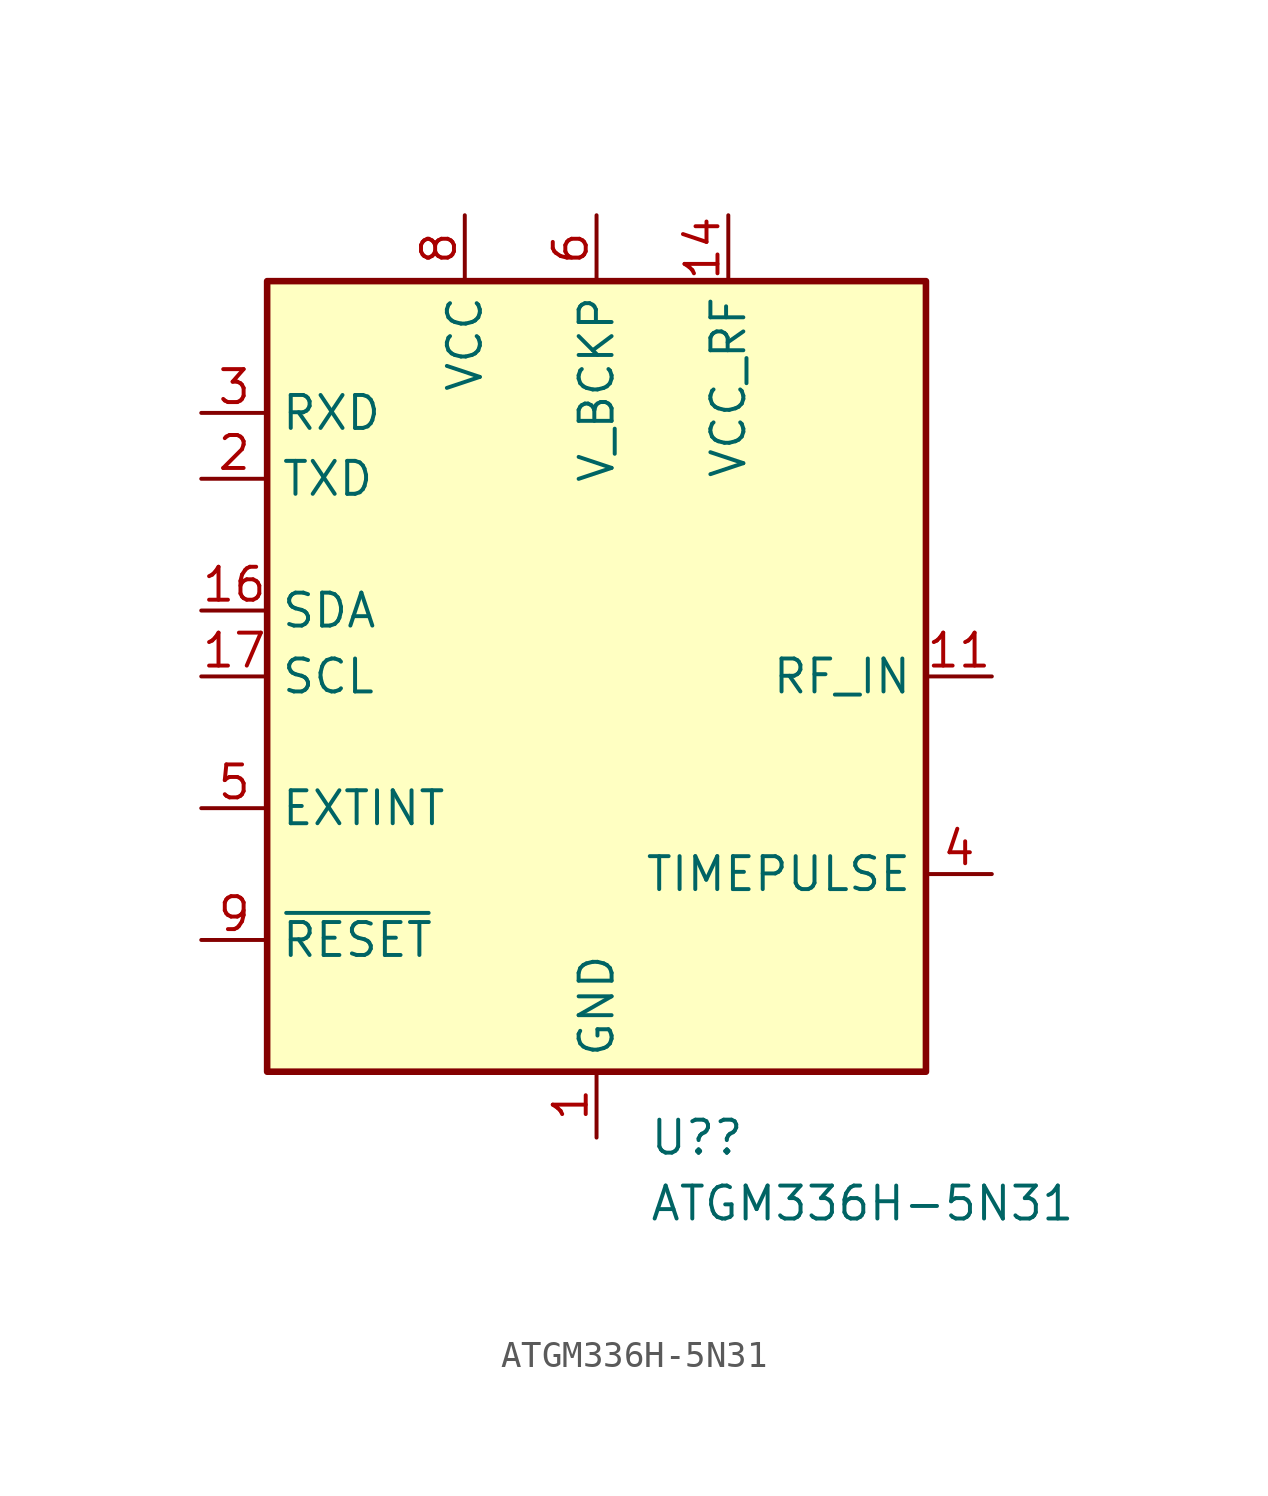
<source format=kicad_sym>
(kicad_symbol_lib
  (version 20211014)
  (generator kicad_symbol_editor)
  (symbol "ATGM336H-5N31"
    (property "Reference" "U?"
      (at 2.019 -17.78 0)
      (effects (font (size 1.27 1.27)) (justify left)))
    (property "Value" "ATGM336H-5N31"
      (at 2.019 -20.32 0)
      (effects (font (size 1.27 1.27)) (justify left)))
    (symbol "ATGM336H-5N31_0_1"
      (rectangle (start 12.7 15.24) (end -12.7 -15.24) (stroke (width 0.254) (type default) (color 0 0 0 0)) (fill (type background))))
    (symbol "ATGM336H-5N31_1_1"
      (pin power_in line (at 0 -17.78 90) (length 2.54) (name "GND" (effects (font (size 1.27 1.27)))) (number "1" (effects (font (size 1.27 1.27)))))
      (pin passive line (at 0 -17.78 90) (length 2.54) hide (name "GND" (effects (font (size 1.27 1.27)))) (number "10" (effects (font (size 1.27 1.27)))))
      (pin input line (at 15.24 0 180) (length 2.54) (name "RF_IN" (effects (font (size 1.27 1.27)))) (number "11" (effects (font (size 1.27 1.27)))))
      (pin passive line (at 0 -17.78 90) (length 2.54) hide (name "GND" (effects (font (size 1.27 1.27)))) (number "12" (effects (font (size 1.27 1.27)))))
      (pin output line (at 15.24 5.08 180) (length 2.54) hide (name "NC" (effects (font (size 1.27 1.27)))) (number "13" (effects (font (size 1.27 1.27)))))
      (pin power_out line (at 5.08 17.78 270) (length 2.54) (name "VCC_RF" (effects (font (size 1.27 1.27)))) (number "14" (effects (font (size 1.27 1.27)))))
      (pin no_connect line (at 12.7 -5.08 180) (length 2.54) hide (name "Reserved" (effects (font (size 1.27 1.27)))) (number "15" (effects (font (size 1.27 1.27)))))
      (pin bidirectional line (at -15.24 2.54 0) (length 2.54) (name "SDA" (effects (font (size 1.27 1.27)))) (number "16" (effects (font (size 1.27 1.27)))))
      (pin input line (at -15.24 0 0) (length 2.54) (name "SCL" (effects (font (size 1.27 1.27)))) (number "17" (effects (font (size 1.27 1.27)))))
      (pin no_connect line (at -15.24 -7.62 0) (length 2.54) hide (name "Reserved" (effects (font (size 1.27 1.27)))) (number "18" (effects (font (size 1.27 1.27)))))
      (pin output line (at -15.24 7.62 0) (length 2.54) (name "TXD" (effects (font (size 1.27 1.27)))) (number "2" (effects (font (size 1.27 1.27)))))
      (pin input line (at -15.24 10.16 0) (length 2.54) (name "RXD" (effects (font (size 1.27 1.27)))) (number "3" (effects (font (size 1.27 1.27)))))
      (pin output line (at 15.24 -7.62 180) (length 2.54) (name "TIMEPULSE" (effects (font (size 1.27 1.27)))) (number "4" (effects (font (size 1.27 1.27)))))
      (pin input line (at -15.24 -5.08 0) (length 2.54) (name "EXTINT" (effects (font (size 1.27 1.27)))) (number "5" (effects (font (size 1.27 1.27)))))
      (pin power_in line (at 0 17.78 270) (length 2.54) (name "V_BCKP" (effects (font (size 1.27 1.27)))) (number "6" (effects (font (size 1.27 1.27)))))
      (pin no_connect line (at -2.54 17.78 270) (length 2.54) hide (name "NC" (effects (font (size 1.27 1.27)))) (number "7" (effects (font (size 1.27 1.27)))))
      (pin power_in line (at -5.08 17.78 270) (length 2.54) (name "VCC" (effects (font (size 1.27 1.27)))) (number "8" (effects (font (size 1.27 1.27)))))
      (pin input line (at -15.24 -10.16 0) (length 2.54) (name "~{RESET}" (effects (font (size 1.27 1.27)))) (number "9" (effects (font (size 1.27 1.27))))))))
</source>
